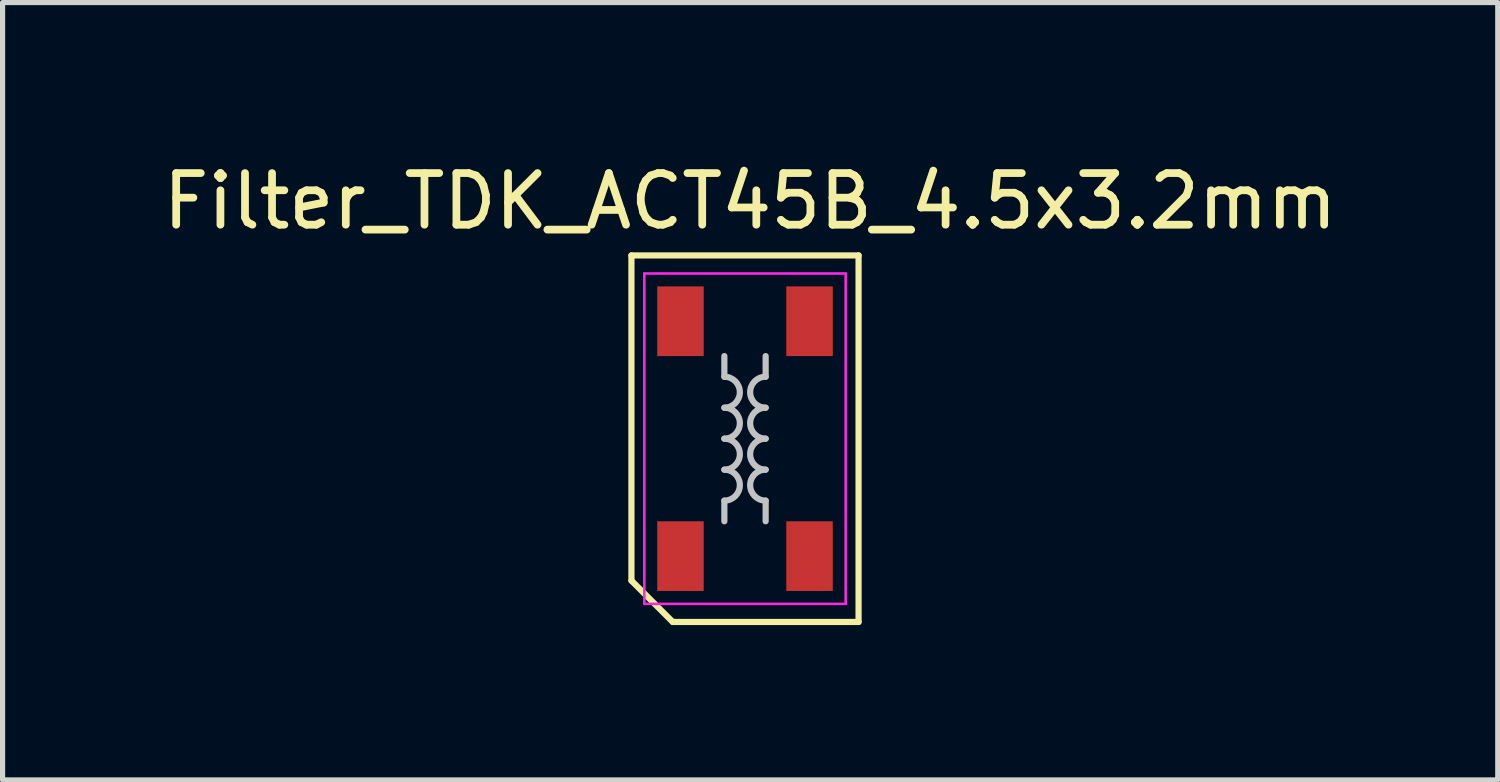
<source format=kicad_pcb>
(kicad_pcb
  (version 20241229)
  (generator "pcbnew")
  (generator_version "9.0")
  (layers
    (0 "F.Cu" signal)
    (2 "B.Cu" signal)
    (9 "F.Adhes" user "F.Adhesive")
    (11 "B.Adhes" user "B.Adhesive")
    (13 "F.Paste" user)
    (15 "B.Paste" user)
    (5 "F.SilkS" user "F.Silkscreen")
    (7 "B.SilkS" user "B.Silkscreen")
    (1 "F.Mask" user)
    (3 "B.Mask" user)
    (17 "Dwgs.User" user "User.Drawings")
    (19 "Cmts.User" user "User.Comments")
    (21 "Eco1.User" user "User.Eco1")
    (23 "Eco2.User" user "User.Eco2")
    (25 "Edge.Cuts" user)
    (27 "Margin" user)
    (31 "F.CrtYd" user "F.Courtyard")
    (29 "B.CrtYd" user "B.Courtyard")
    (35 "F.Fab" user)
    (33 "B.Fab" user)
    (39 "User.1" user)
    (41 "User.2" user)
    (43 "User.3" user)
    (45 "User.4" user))
  (footprint "Filter_TDK_ACT45B_4.5x3.2mm"
    (layer "F.Cu")
    (at 11.382 5.448)
    (property "Reference" "Filter_TDK_ACT45B_4.5x3.2mm" (at 0.1 -4.6 0) (layer "F.SilkS") (effects (font (size 1 1) (thickness 0.15))))
    (attr through_hole)
    (fp_line (start -2.2 -3.55) (end 2.2 -3.55) (stroke (width 0.12) (type solid)) (layer "F.SilkS"))
    (fp_line (start -2.2 2.75) (end -2.2 -3.55) (stroke (width 0.12) (type solid)) (layer "F.SilkS"))
    (fp_line (start -1.4 3.55) (end -2.2 2.75) (stroke (width 0.12) (type solid)) (layer "F.SilkS"))
    (fp_line (start 2.2 -3.55) (end 2.2 3.55) (stroke (width 0.12) (type solid)) (layer "F.SilkS"))
    (fp_line (start 2.2 3.55) (end -1.4 3.55) (stroke (width 0.12) (type solid)) (layer "F.SilkS"))
    (fp_line (start -0.4 -1.6) (end -0.4 -1.2) (stroke (width 0.12) (type solid)) (layer "Dwgs.User"))
    (fp_line (start -0.4 1.6) (end -0.4 1.2) (stroke (width 0.12) (type solid)) (layer "Dwgs.User"))
    (fp_line (start 0.4 -1.6) (end 0.4 -1.2) (stroke (width 0.12) (type solid)) (layer "Dwgs.User"))
    (fp_line (start 0.4 1.6) (end 0.4 1.2) (stroke (width 0.12) (type solid)) (layer "Dwgs.User"))
    (fp_arc (start -0.4 -1.2) (mid -0.1 -0.9) (end -0.4 -0.6) (stroke (width 0.12) (type solid)) (layer "Dwgs.User"))
    (fp_arc (start -0.4 -0.6) (mid -0.1 -0.3) (end -0.4 0) (stroke (width 0.12) (type solid)) (layer "Dwgs.User"))
    (fp_arc (start -0.4 0) (mid -0.1 0.3) (end -0.4 0.6) (stroke (width 0.12) (type solid)) (layer "Dwgs.User"))
    (fp_arc (start -0.4 0.6) (mid -0.1 0.9) (end -0.4 1.2) (stroke (width 0.12) (type solid)) (layer "Dwgs.User"))
    (fp_arc (start 0.4 -0.6) (mid 0.1 -0.9) (end 0.4 -1.2) (stroke (width 0.12) (type solid)) (layer "Dwgs.User"))
    (fp_arc (start 0.4 0) (mid 0.1 -0.3) (end 0.4 -0.6) (stroke (width 0.12) (type solid)) (layer "Dwgs.User"))
    (fp_arc (start 0.4 0.6) (mid 0.1 0.3) (end 0.4 0) (stroke (width 0.12) (type solid)) (layer "Dwgs.User"))
    (fp_arc (start 0.4 1.2) (mid 0.1 0.9) (end 0.4 0.6) (stroke (width 0.12) (type solid)) (layer "Dwgs.User"))
    (fp_line (start -1.95 -3.2) (end 1.95 -3.2) (stroke (width 0.05) (type solid)) (layer "F.CrtYd"))
    (fp_line (start -1.95 3.2) (end -1.95 -3.2) (stroke (width 0.05) (type solid)) (layer "F.CrtYd"))
    (fp_line (start 1.95 -3.2) (end 1.95 3.2) (stroke (width 0.05) (type solid)) (layer "F.CrtYd"))
    (fp_line (start 1.95 3.2) (end -1.95 3.2) (stroke (width 0.05) (type solid)) (layer "F.CrtYd"))
    (pad "1" smd rect (at -1.25 2.275) (size 0.9 1.35) (layers "F.Cu" "F.Mask" "F.Paste"))
    (pad "2" smd rect (at 1.25 2.275) (size 0.9 1.35) (layers "F.Cu" "F.Mask" "F.Paste"))
    (pad "3" smd rect (at 1.25 -2.275) (size 0.9 1.35) (layers "F.Cu" "F.Mask" "F.Paste"))
    (pad "4" smd rect (at -1.25 -2.275) (size 0.9 1.35) (layers "F.Cu" "F.Mask" "F.Paste")))
  (gr_rect
    (start -3 -3)
    (end 25.964 12.058)
    (stroke (width 0.1) (type default))
    (fill no)
    (layer "Edge.Cuts")))
</source>
